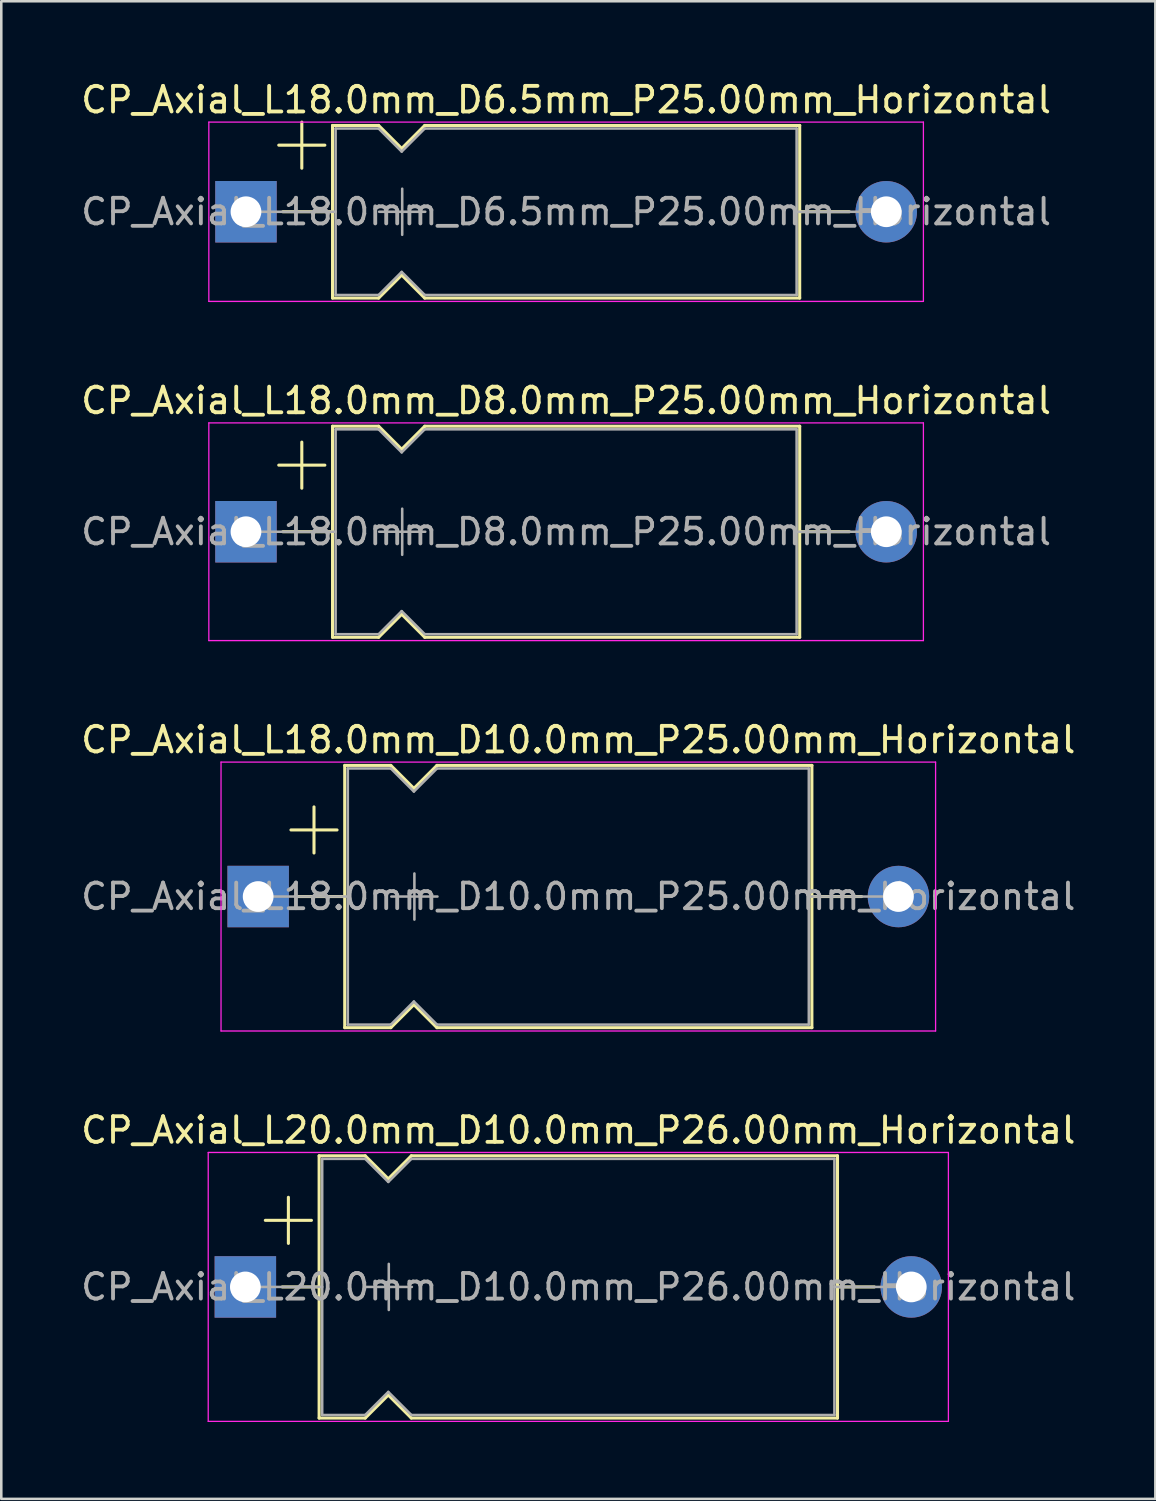
<source format=kicad_pcb>
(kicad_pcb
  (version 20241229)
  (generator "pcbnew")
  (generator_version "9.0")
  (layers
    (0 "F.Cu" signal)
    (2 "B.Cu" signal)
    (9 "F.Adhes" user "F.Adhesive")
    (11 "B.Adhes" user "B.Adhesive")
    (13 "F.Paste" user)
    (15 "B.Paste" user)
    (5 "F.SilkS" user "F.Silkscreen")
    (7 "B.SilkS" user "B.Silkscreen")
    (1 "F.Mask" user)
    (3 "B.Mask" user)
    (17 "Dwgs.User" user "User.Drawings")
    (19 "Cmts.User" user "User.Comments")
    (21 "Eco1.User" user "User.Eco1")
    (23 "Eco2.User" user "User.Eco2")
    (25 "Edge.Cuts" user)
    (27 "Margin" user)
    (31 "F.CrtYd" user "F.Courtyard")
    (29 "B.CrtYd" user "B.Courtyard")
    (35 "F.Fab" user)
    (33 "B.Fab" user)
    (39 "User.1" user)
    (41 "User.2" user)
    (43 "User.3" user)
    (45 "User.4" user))
  (footprint "CP_Axial_L18.0mm_D6.5mm_P25.00mm_Horizontal"
    (layer "F.Cu")
    (at 6.554 5.218)
    (property "Reference" "CP_Axial_L18.0mm_D6.5mm_P25.00mm_Horizontal" (at 12.5 -4.37 0) (layer "F.SilkS") (effects (font (size 1 1) (thickness 0.15))))
    (attr through_hole)
    (fp_line (start 1.28 -2.6) (end 3.08 -2.6) (stroke (width 0.12) (type solid)) (layer "F.SilkS"))
    (fp_line (start 1.44 0) (end 3.38 0) (stroke (width 0.12) (type solid)) (layer "F.SilkS"))
    (fp_line (start 2.18 -3.5) (end 2.18 -1.7) (stroke (width 0.12) (type solid)) (layer "F.SilkS"))
    (fp_line (start 3.38 -3.37) (end 3.38 3.37) (stroke (width 0.12) (type solid)) (layer "F.SilkS"))
    (fp_line (start 3.38 -3.37) (end 5.18 -3.37) (stroke (width 0.12) (type solid)) (layer "F.SilkS"))
    (fp_line (start 3.38 3.37) (end 5.18 3.37) (stroke (width 0.12) (type solid)) (layer "F.SilkS"))
    (fp_line (start 5.18 -3.37) (end 6.08 -2.47) (stroke (width 0.12) (type solid)) (layer "F.SilkS"))
    (fp_line (start 5.18 3.37) (end 6.08 2.47) (stroke (width 0.12) (type solid)) (layer "F.SilkS"))
    (fp_line (start 6.08 -2.47) (end 6.98 -3.37) (stroke (width 0.12) (type solid)) (layer "F.SilkS"))
    (fp_line (start 6.08 2.47) (end 6.98 3.37) (stroke (width 0.12) (type solid)) (layer "F.SilkS"))
    (fp_line (start 6.98 -3.37) (end 21.62 -3.37) (stroke (width 0.12) (type solid)) (layer "F.SilkS"))
    (fp_line (start 6.98 3.37) (end 21.62 3.37) (stroke (width 0.12) (type solid)) (layer "F.SilkS"))
    (fp_line (start 21.62 -3.37) (end 21.62 3.37) (stroke (width 0.12) (type solid)) (layer "F.SilkS"))
    (fp_line (start 23.56 0) (end 21.62 0) (stroke (width 0.12) (type solid)) (layer "F.SilkS"))
    (fp_line (start -1.45 -3.5) (end -1.45 3.5) (stroke (width 0.05) (type solid)) (layer "F.CrtYd"))
    (fp_line (start -1.45 3.5) (end 26.45 3.5) (stroke (width 0.05) (type solid)) (layer "F.CrtYd"))
    (fp_line (start 26.45 -3.5) (end -1.45 -3.5) (stroke (width 0.05) (type solid)) (layer "F.CrtYd"))
    (fp_line (start 26.45 3.5) (end 26.45 -3.5) (stroke (width 0.05) (type solid)) (layer "F.CrtYd"))
    (fp_line (start 0 0) (end 3.5 0) (stroke (width 0.1) (type solid)) (layer "F.Fab"))
    (fp_line (start 3.5 -3.25) (end 3.5 3.25) (stroke (width 0.1) (type solid)) (layer "F.Fab"))
    (fp_line (start 3.5 -3.25) (end 5.18 -3.25) (stroke (width 0.1) (type solid)) (layer "F.Fab"))
    (fp_line (start 3.5 3.25) (end 5.18 3.25) (stroke (width 0.1) (type solid)) (layer "F.Fab"))
    (fp_line (start 5.18 -3.25) (end 6.08 -2.35) (stroke (width 0.1) (type solid)) (layer "F.Fab"))
    (fp_line (start 5.18 3.25) (end 6.08 2.35) (stroke (width 0.1) (type solid)) (layer "F.Fab"))
    (fp_line (start 5.2 0) (end 7 0) (stroke (width 0.1) (type solid)) (layer "F.Fab"))
    (fp_line (start 6.08 -2.35) (end 6.98 -3.25) (stroke (width 0.1) (type solid)) (layer "F.Fab"))
    (fp_line (start 6.08 2.35) (end 6.98 3.25) (stroke (width 0.1) (type solid)) (layer "F.Fab"))
    (fp_line (start 6.1 -0.9) (end 6.1 0.9) (stroke (width 0.1) (type solid)) (layer "F.Fab"))
    (fp_line (start 6.98 -3.25) (end 21.5 -3.25) (stroke (width 0.1) (type solid)) (layer "F.Fab"))
    (fp_line (start 6.98 3.25) (end 21.5 3.25) (stroke (width 0.1) (type solid)) (layer "F.Fab"))
    (fp_line (start 21.5 -3.25) (end 21.5 3.25) (stroke (width 0.1) (type solid)) (layer "F.Fab"))
    (fp_line (start 25 0) (end 21.5 0) (stroke (width 0.1) (type solid)) (layer "F.Fab"))
    (fp_text user "${REFERENCE}" (at 12.5 0 0) (layer "F.Fab") (effects (font (size 1 1) (thickness 0.15))))
    (pad "1" thru_hole rect (at 0 0) (size 2.4 2.4) (drill 1.2) (layers "*.Cu" "*.Mask"))
    (pad "2" thru_hole oval (at 25 0) (size 2.4 2.4) (drill 1.2) (layers "*.Cu" "*.Mask")))
  (footprint "CP_Axial_L20.0mm_D10.0mm_P26.00mm_Horizontal"
    (layer "F.Cu")
    (at 6.53 47.198)
    (property "Reference" "CP_Axial_L20.0mm_D10.0mm_P26.00mm_Horizontal" (at 13 -6.12 0) (layer "F.SilkS") (effects (font (size 1 1) (thickness 0.15))))
    (attr through_hole)
    (fp_line (start 0.78 -2.6) (end 2.58 -2.6) (stroke (width 0.12) (type solid)) (layer "F.SilkS"))
    (fp_line (start 1.44 0) (end 2.88 0) (stroke (width 0.12) (type solid)) (layer "F.SilkS"))
    (fp_line (start 1.68 -3.5) (end 1.68 -1.7) (stroke (width 0.12) (type solid)) (layer "F.SilkS"))
    (fp_line (start 2.88 -5.12) (end 2.88 5.12) (stroke (width 0.12) (type solid)) (layer "F.SilkS"))
    (fp_line (start 2.88 -5.12) (end 4.68 -5.12) (stroke (width 0.12) (type solid)) (layer "F.SilkS"))
    (fp_line (start 2.88 5.12) (end 4.68 5.12) (stroke (width 0.12) (type solid)) (layer "F.SilkS"))
    (fp_line (start 4.68 -5.12) (end 5.58 -4.22) (stroke (width 0.12) (type solid)) (layer "F.SilkS"))
    (fp_line (start 4.68 5.12) (end 5.58 4.22) (stroke (width 0.12) (type solid)) (layer "F.SilkS"))
    (fp_line (start 5.58 -4.22) (end 6.48 -5.12) (stroke (width 0.12) (type solid)) (layer "F.SilkS"))
    (fp_line (start 5.58 4.22) (end 6.48 5.12) (stroke (width 0.12) (type solid)) (layer "F.SilkS"))
    (fp_line (start 6.48 -5.12) (end 23.12 -5.12) (stroke (width 0.12) (type solid)) (layer "F.SilkS"))
    (fp_line (start 6.48 5.12) (end 23.12 5.12) (stroke (width 0.12) (type solid)) (layer "F.SilkS"))
    (fp_line (start 23.12 -5.12) (end 23.12 5.12) (stroke (width 0.12) (type solid)) (layer "F.SilkS"))
    (fp_line (start 24.56 0) (end 23.12 0) (stroke (width 0.12) (type solid)) (layer "F.SilkS"))
    (fp_line (start -1.45 -5.25) (end -1.45 5.25) (stroke (width 0.05) (type solid)) (layer "F.CrtYd"))
    (fp_line (start -1.45 5.25) (end 27.45 5.25) (stroke (width 0.05) (type solid)) (layer "F.CrtYd"))
    (fp_line (start 27.45 -5.25) (end -1.45 -5.25) (stroke (width 0.05) (type solid)) (layer "F.CrtYd"))
    (fp_line (start 27.45 5.25) (end 27.45 -5.25) (stroke (width 0.05) (type solid)) (layer "F.CrtYd"))
    (fp_line (start 0 0) (end 3 0) (stroke (width 0.1) (type solid)) (layer "F.Fab"))
    (fp_line (start 3 -5) (end 3 5) (stroke (width 0.1) (type solid)) (layer "F.Fab"))
    (fp_line (start 3 -5) (end 4.68 -5) (stroke (width 0.1) (type solid)) (layer "F.Fab"))
    (fp_line (start 3 5) (end 4.68 5) (stroke (width 0.1) (type solid)) (layer "F.Fab"))
    (fp_line (start 4.68 -5) (end 5.58 -4.1) (stroke (width 0.1) (type solid)) (layer "F.Fab"))
    (fp_line (start 4.68 5) (end 5.58 4.1) (stroke (width 0.1) (type solid)) (layer "F.Fab"))
    (fp_line (start 4.7 0) (end 6.5 0) (stroke (width 0.1) (type solid)) (layer "F.Fab"))
    (fp_line (start 5.58 -4.1) (end 6.48 -5) (stroke (width 0.1) (type solid)) (layer "F.Fab"))
    (fp_line (start 5.58 4.1) (end 6.48 5) (stroke (width 0.1) (type solid)) (layer "F.Fab"))
    (fp_line (start 5.6 -0.9) (end 5.6 0.9) (stroke (width 0.1) (type solid)) (layer "F.Fab"))
    (fp_line (start 6.48 -5) (end 23 -5) (stroke (width 0.1) (type solid)) (layer "F.Fab"))
    (fp_line (start 6.48 5) (end 23 5) (stroke (width 0.1) (type solid)) (layer "F.Fab"))
    (fp_line (start 23 -5) (end 23 5) (stroke (width 0.1) (type solid)) (layer "F.Fab"))
    (fp_line (start 26 0) (end 23 0) (stroke (width 0.1) (type solid)) (layer "F.Fab"))
    (fp_text user "${REFERENCE}" (at 13 0 0) (layer "F.Fab") (effects (font (size 1 1) (thickness 0.15))))
    (pad "1" thru_hole rect (at 0 0) (size 2.4 2.4) (drill 1.2) (layers "*.Cu" "*.Mask"))
    (pad "2" thru_hole oval (at 26 0) (size 2.4 2.4) (drill 1.2) (layers "*.Cu" "*.Mask")))
  (footprint "CP_Axial_L18.0mm_D8.0mm_P25.00mm_Horizontal"
    (layer "F.Cu")
    (at 6.554 17.712)
    (property "Reference" "CP_Axial_L18.0mm_D8.0mm_P25.00mm_Horizontal" (at 12.5 -5.12 0) (layer "F.SilkS") (effects (font (size 1 1) (thickness 0.15))))
    (attr through_hole)
    (fp_line (start 1.28 -2.6) (end 3.08 -2.6) (stroke (width 0.12) (type solid)) (layer "F.SilkS"))
    (fp_line (start 1.44 0) (end 3.38 0) (stroke (width 0.12) (type solid)) (layer "F.SilkS"))
    (fp_line (start 2.18 -3.5) (end 2.18 -1.7) (stroke (width 0.12) (type solid)) (layer "F.SilkS"))
    (fp_line (start 3.38 -4.12) (end 3.38 4.12) (stroke (width 0.12) (type solid)) (layer "F.SilkS"))
    (fp_line (start 3.38 -4.12) (end 5.18 -4.12) (stroke (width 0.12) (type solid)) (layer "F.SilkS"))
    (fp_line (start 3.38 4.12) (end 5.18 4.12) (stroke (width 0.12) (type solid)) (layer "F.SilkS"))
    (fp_line (start 5.18 -4.12) (end 6.08 -3.22) (stroke (width 0.12) (type solid)) (layer "F.SilkS"))
    (fp_line (start 5.18 4.12) (end 6.08 3.22) (stroke (width 0.12) (type solid)) (layer "F.SilkS"))
    (fp_line (start 6.08 -3.22) (end 6.98 -4.12) (stroke (width 0.12) (type solid)) (layer "F.SilkS"))
    (fp_line (start 6.08 3.22) (end 6.98 4.12) (stroke (width 0.12) (type solid)) (layer "F.SilkS"))
    (fp_line (start 6.98 -4.12) (end 21.62 -4.12) (stroke (width 0.12) (type solid)) (layer "F.SilkS"))
    (fp_line (start 6.98 4.12) (end 21.62 4.12) (stroke (width 0.12) (type solid)) (layer "F.SilkS"))
    (fp_line (start 21.62 -4.12) (end 21.62 4.12) (stroke (width 0.12) (type solid)) (layer "F.SilkS"))
    (fp_line (start 23.56 0) (end 21.62 0) (stroke (width 0.12) (type solid)) (layer "F.SilkS"))
    (fp_line (start -1.45 -4.25) (end -1.45 4.25) (stroke (width 0.05) (type solid)) (layer "F.CrtYd"))
    (fp_line (start -1.45 4.25) (end 26.45 4.25) (stroke (width 0.05) (type solid)) (layer "F.CrtYd"))
    (fp_line (start 26.45 -4.25) (end -1.45 -4.25) (stroke (width 0.05) (type solid)) (layer "F.CrtYd"))
    (fp_line (start 26.45 4.25) (end 26.45 -4.25) (stroke (width 0.05) (type solid)) (layer "F.CrtYd"))
    (fp_line (start 0 0) (end 3.5 0) (stroke (width 0.1) (type solid)) (layer "F.Fab"))
    (fp_line (start 3.5 -4) (end 3.5 4) (stroke (width 0.1) (type solid)) (layer "F.Fab"))
    (fp_line (start 3.5 -4) (end 5.18 -4) (stroke (width 0.1) (type solid)) (layer "F.Fab"))
    (fp_line (start 3.5 4) (end 5.18 4) (stroke (width 0.1) (type solid)) (layer "F.Fab"))
    (fp_line (start 5.18 -4) (end 6.08 -3.1) (stroke (width 0.1) (type solid)) (layer "F.Fab"))
    (fp_line (start 5.18 4) (end 6.08 3.1) (stroke (width 0.1) (type solid)) (layer "F.Fab"))
    (fp_line (start 5.2 0) (end 7 0) (stroke (width 0.1) (type solid)) (layer "F.Fab"))
    (fp_line (start 6.08 -3.1) (end 6.98 -4) (stroke (width 0.1) (type solid)) (layer "F.Fab"))
    (fp_line (start 6.08 3.1) (end 6.98 4) (stroke (width 0.1) (type solid)) (layer "F.Fab"))
    (fp_line (start 6.1 -0.9) (end 6.1 0.9) (stroke (width 0.1) (type solid)) (layer "F.Fab"))
    (fp_line (start 6.98 -4) (end 21.5 -4) (stroke (width 0.1) (type solid)) (layer "F.Fab"))
    (fp_line (start 6.98 4) (end 21.5 4) (stroke (width 0.1) (type solid)) (layer "F.Fab"))
    (fp_line (start 21.5 -4) (end 21.5 4) (stroke (width 0.1) (type solid)) (layer "F.Fab"))
    (fp_line (start 25 0) (end 21.5 0) (stroke (width 0.1) (type solid)) (layer "F.Fab"))
    (fp_text user "${REFERENCE}" (at 12.5 0 0) (layer "F.Fab") (effects (font (size 1 1) (thickness 0.15))))
    (pad "1" thru_hole rect (at 0 0) (size 2.4 2.4) (drill 1.2) (layers "*.Cu" "*.Mask"))
    (pad "2" thru_hole oval (at 25 0) (size 2.4 2.4) (drill 1.2) (layers "*.Cu" "*.Mask")))
  (footprint "CP_Axial_L18.0mm_D10.0mm_P25.00mm_Horizontal"
    (layer "F.Cu")
    (at 7.03 31.955)
    (property "Reference" "CP_Axial_L18.0mm_D10.0mm_P25.00mm_Horizontal" (at 12.5 -6.12 0) (layer "F.SilkS") (effects (font (size 1 1) (thickness 0.15))))
    (attr through_hole)
    (fp_line (start 1.28 -2.6) (end 3.08 -2.6) (stroke (width 0.12) (type solid)) (layer "F.SilkS"))
    (fp_line (start 1.44 0) (end 3.38 0) (stroke (width 0.12) (type solid)) (layer "F.SilkS"))
    (fp_line (start 2.18 -3.5) (end 2.18 -1.7) (stroke (width 0.12) (type solid)) (layer "F.SilkS"))
    (fp_line (start 3.38 -5.12) (end 3.38 5.12) (stroke (width 0.12) (type solid)) (layer "F.SilkS"))
    (fp_line (start 3.38 -5.12) (end 5.18 -5.12) (stroke (width 0.12) (type solid)) (layer "F.SilkS"))
    (fp_line (start 3.38 5.12) (end 5.18 5.12) (stroke (width 0.12) (type solid)) (layer "F.SilkS"))
    (fp_line (start 5.18 -5.12) (end 6.08 -4.22) (stroke (width 0.12) (type solid)) (layer "F.SilkS"))
    (fp_line (start 5.18 5.12) (end 6.08 4.22) (stroke (width 0.12) (type solid)) (layer "F.SilkS"))
    (fp_line (start 6.08 -4.22) (end 6.98 -5.12) (stroke (width 0.12) (type solid)) (layer "F.SilkS"))
    (fp_line (start 6.08 4.22) (end 6.98 5.12) (stroke (width 0.12) (type solid)) (layer "F.SilkS"))
    (fp_line (start 6.98 -5.12) (end 21.62 -5.12) (stroke (width 0.12) (type solid)) (layer "F.SilkS"))
    (fp_line (start 6.98 5.12) (end 21.62 5.12) (stroke (width 0.12) (type solid)) (layer "F.SilkS"))
    (fp_line (start 21.62 -5.12) (end 21.62 5.12) (stroke (width 0.12) (type solid)) (layer "F.SilkS"))
    (fp_line (start 23.56 0) (end 21.62 0) (stroke (width 0.12) (type solid)) (layer "F.SilkS"))
    (fp_line (start -1.45 -5.25) (end -1.45 5.25) (stroke (width 0.05) (type solid)) (layer "F.CrtYd"))
    (fp_line (start -1.45 5.25) (end 26.45 5.25) (stroke (width 0.05) (type solid)) (layer "F.CrtYd"))
    (fp_line (start 26.45 -5.25) (end -1.45 -5.25) (stroke (width 0.05) (type solid)) (layer "F.CrtYd"))
    (fp_line (start 26.45 5.25) (end 26.45 -5.25) (stroke (width 0.05) (type solid)) (layer "F.CrtYd"))
    (fp_line (start 0 0) (end 3.5 0) (stroke (width 0.1) (type solid)) (layer "F.Fab"))
    (fp_line (start 3.5 -5) (end 3.5 5) (stroke (width 0.1) (type solid)) (layer "F.Fab"))
    (fp_line (start 3.5 -5) (end 5.18 -5) (stroke (width 0.1) (type solid)) (layer "F.Fab"))
    (fp_line (start 3.5 5) (end 5.18 5) (stroke (width 0.1) (type solid)) (layer "F.Fab"))
    (fp_line (start 5.18 -5) (end 6.08 -4.1) (stroke (width 0.1) (type solid)) (layer "F.Fab"))
    (fp_line (start 5.18 5) (end 6.08 4.1) (stroke (width 0.1) (type solid)) (layer "F.Fab"))
    (fp_line (start 5.2 0) (end 7 0) (stroke (width 0.1) (type solid)) (layer "F.Fab"))
    (fp_line (start 6.08 -4.1) (end 6.98 -5) (stroke (width 0.1) (type solid)) (layer "F.Fab"))
    (fp_line (start 6.08 4.1) (end 6.98 5) (stroke (width 0.1) (type solid)) (layer "F.Fab"))
    (fp_line (start 6.1 -0.9) (end 6.1 0.9) (stroke (width 0.1) (type solid)) (layer "F.Fab"))
    (fp_line (start 6.98 -5) (end 21.5 -5) (stroke (width 0.1) (type solid)) (layer "F.Fab"))
    (fp_line (start 6.98 5) (end 21.5 5) (stroke (width 0.1) (type solid)) (layer "F.Fab"))
    (fp_line (start 21.5 -5) (end 21.5 5) (stroke (width 0.1) (type solid)) (layer "F.Fab"))
    (fp_line (start 25 0) (end 21.5 0) (stroke (width 0.1) (type solid)) (layer "F.Fab"))
    (fp_text user "${REFERENCE}" (at 12.5 0 0) (layer "F.Fab") (effects (font (size 1 1) (thickness 0.15))))
    (pad "1" thru_hole rect (at 0 0) (size 2.4 2.4) (drill 1.2) (layers "*.Cu" "*.Mask"))
    (pad "2" thru_hole oval (at 25 0) (size 2.4 2.4) (drill 1.2) (layers "*.Cu" "*.Mask")))
  (gr_rect
    (start -3 -3)
    (end 42.06 55.473)
    (stroke (width 0.1) (type default))
    (fill no)
    (layer "Edge.Cuts")))
</source>
